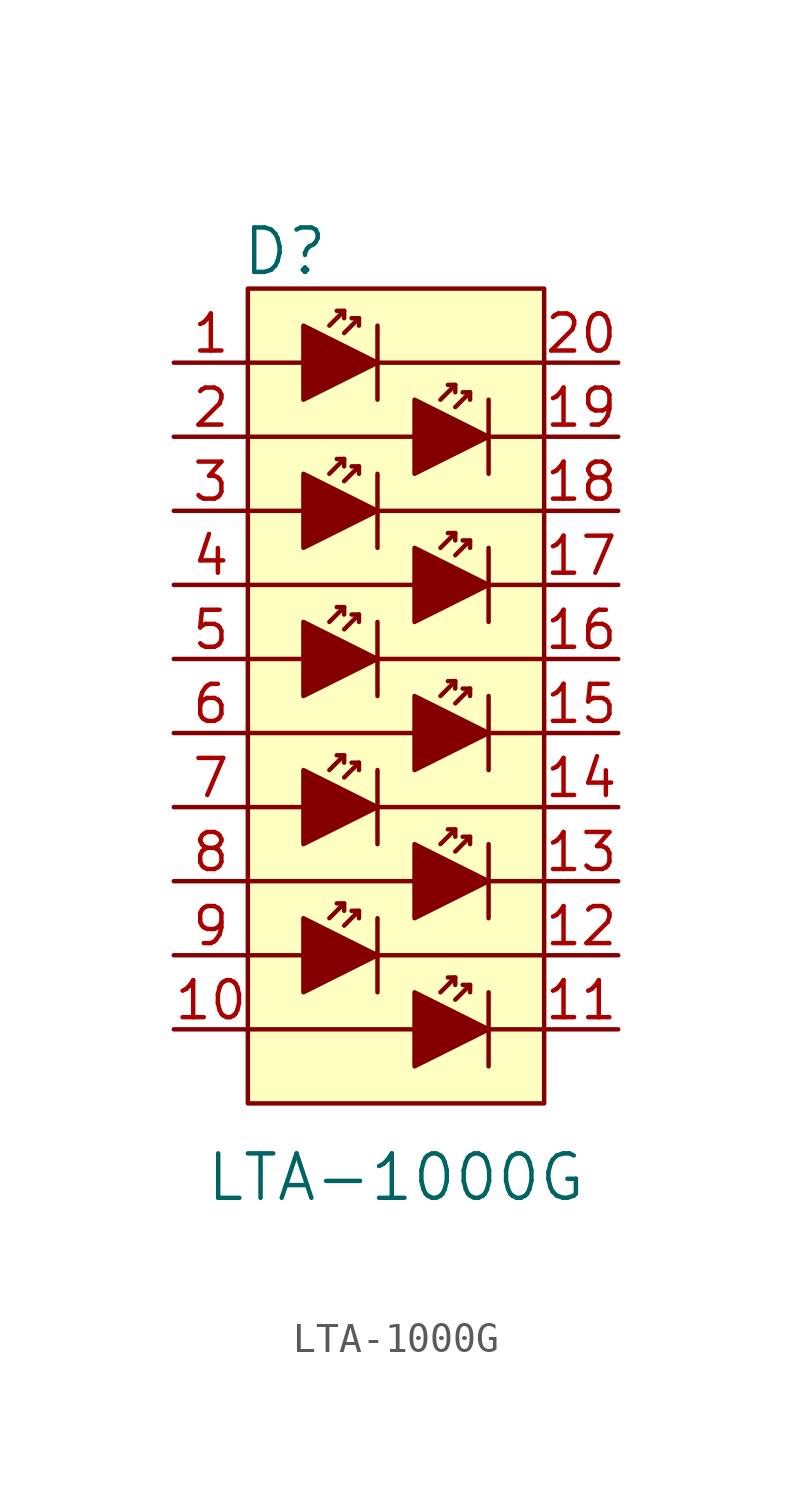
<source format=kicad_sym>
(kicad_symbol_lib
  (version 20231120)
  (generator "kicad_symbol_editor")
  (generator_version "8.0")
  (symbol "LTA-1000G"
    (pin_names
      (offset 0))
    (property "Reference" "D"
      (at -3.81 3.81 0)
      (effects (font (size 1.524 1.524))))
    (property "Value" "LTA-1000G"
      (at 0 -27.94 0)
      (effects (font (size 1.524 1.524))))
    (symbol "LTA-1000G_0_1"
      (rectangle (start -5.08 2.54) (end 5.08 -25.4) (stroke (width 0) (type default)) (fill (type background)))
      (polyline (pts (xy -5.08 -20.32) (xy -3.175 -20.32)) (stroke (width 0) (type default)) (fill (type none)))
      (polyline (pts (xy -5.08 -15.24) (xy -3.175 -15.24)) (stroke (width 0) (type default)) (fill (type none)))
      (polyline (pts (xy -5.08 -10.16) (xy -3.175 -10.16)) (stroke (width 0) (type default)) (fill (type none)))
      (polyline (pts (xy -5.08 -5.08) (xy -3.175 -5.08)) (stroke (width 0) (type default)) (fill (type none)))
      (polyline (pts (xy -3.175 0) (xy -5.08 0)) (stroke (width 0) (type default)) (fill (type none)))
      (polyline (pts (xy -1.778 -18.542) (xy -2.286 -19.05)) (stroke (width 0) (type default)) (fill (type none)))
      (polyline (pts (xy -1.778 -13.462) (xy -2.286 -13.97)) (stroke (width 0) (type default)) (fill (type none)))
      (polyline (pts (xy -1.778 -8.382) (xy -2.286 -8.89)) (stroke (width 0) (type default)) (fill (type none)))
      (polyline (pts (xy -1.778 -3.302) (xy -2.286 -3.81)) (stroke (width 0) (type default)) (fill (type none)))
      (polyline (pts (xy -1.778 1.778) (xy -2.286 1.27)) (stroke (width 0) (type default)) (fill (type none)))
      (polyline (pts (xy -1.27 -18.796) (xy -1.778 -19.304)) (stroke (width 0) (type default)) (fill (type none)))
      (polyline (pts (xy -1.27 -13.716) (xy -1.778 -14.224)) (stroke (width 0) (type default)) (fill (type none)))
      (polyline (pts (xy -1.27 -8.636) (xy -1.778 -9.144)) (stroke (width 0) (type default)) (fill (type none)))
      (polyline (pts (xy -1.27 -3.556) (xy -1.778 -4.064)) (stroke (width 0) (type default)) (fill (type none)))
      (polyline (pts (xy -1.27 1.524) (xy -1.778 1.016)) (stroke (width 0) (type default)) (fill (type none)))
      (polyline (pts (xy -0.635 -21.59) (xy -0.635 -19.05)) (stroke (width 0) (type default)) (fill (type none)))
      (polyline (pts (xy -0.635 -20.32) (xy 5.08 -20.32)) (stroke (width 0) (type default)) (fill (type none)))
      (polyline (pts (xy -0.635 -16.51) (xy -0.635 -13.97)) (stroke (width 0) (type default)) (fill (type none)))
      (polyline (pts (xy -0.635 -15.24) (xy 5.08 -15.24)) (stroke (width 0) (type default)) (fill (type none)))
      (polyline (pts (xy -0.635 -10.16) (xy 5.08 -10.16)) (stroke (width 0) (type default)) (fill (type none)))
      (polyline (pts (xy -0.635 -8.89) (xy -0.635 -11.43)) (stroke (width 0) (type default)) (fill (type none)))
      (polyline (pts (xy -0.635 -5.08) (xy 5.08 -5.08)) (stroke (width 0) (type default)) (fill (type none)))
      (polyline (pts (xy -0.635 -3.81) (xy -0.635 -6.35)) (stroke (width 0) (type default)) (fill (type none)))
      (polyline (pts (xy -0.635 0) (xy 5.08 0)) (stroke (width 0) (type default)) (fill (type none)))
      (polyline (pts (xy -0.635 1.27) (xy -0.635 -1.27)) (stroke (width 0) (type default)) (fill (type none)))
      (polyline (pts (xy 0.635 -22.86) (xy -5.08 -22.86)) (stroke (width 0) (type default)) (fill (type none)))
      (polyline (pts (xy 0.635 -17.78) (xy -5.08 -17.78)) (stroke (width 0) (type default)) (fill (type none)))
      (polyline (pts (xy 0.635 -12.7) (xy -5.08 -12.7)) (stroke (width 0) (type default)) (fill (type none)))
      (polyline (pts (xy 0.635 -7.62) (xy -5.08 -7.62)) (stroke (width 0) (type default)) (fill (type none)))
      (polyline (pts (xy 0.635 -2.54) (xy -5.08 -2.54)) (stroke (width 0) (type default)) (fill (type none)))
      (polyline (pts (xy 2.032 -21.082) (xy 1.524 -21.59)) (stroke (width 0) (type default)) (fill (type none)))
      (polyline (pts (xy 2.032 -16.002) (xy 1.524 -16.51)) (stroke (width 0) (type default)) (fill (type none)))
      (polyline (pts (xy 2.032 -10.922) (xy 1.524 -11.43)) (stroke (width 0) (type default)) (fill (type none)))
      (polyline (pts (xy 2.032 -5.842) (xy 1.524 -6.35)) (stroke (width 0) (type default)) (fill (type none)))
      (polyline (pts (xy 2.032 -0.762) (xy 1.524 -1.27)) (stroke (width 0) (type default)) (fill (type none)))
      (polyline (pts (xy 2.54 -21.336) (xy 2.032 -21.844)) (stroke (width 0) (type default)) (fill (type none)))
      (polyline (pts (xy 2.54 -16.256) (xy 2.032 -16.764)) (stroke (width 0) (type default)) (fill (type none)))
      (polyline (pts (xy 2.54 -11.176) (xy 2.032 -11.684)) (stroke (width 0) (type default)) (fill (type none)))
      (polyline (pts (xy 2.54 -6.096) (xy 2.032 -6.604)) (stroke (width 0) (type default)) (fill (type none)))
      (polyline (pts (xy 2.54 -1.016) (xy 2.032 -1.524)) (stroke (width 0) (type default)) (fill (type none)))
      (polyline (pts (xy 3.175 -22.86) (xy 5.08 -22.86)) (stroke (width 0) (type default)) (fill (type none)))
      (polyline (pts (xy 3.175 -21.59) (xy 3.175 -24.13)) (stroke (width 0) (type default)) (fill (type none)))
      (polyline (pts (xy 3.175 -17.78) (xy 5.08 -17.78)) (stroke (width 0) (type default)) (fill (type none)))
      (polyline (pts (xy 3.175 -16.51) (xy 3.175 -19.05)) (stroke (width 0) (type default)) (fill (type none)))
      (polyline (pts (xy 3.175 -12.7) (xy 5.08 -12.7)) (stroke (width 0) (type default)) (fill (type none)))
      (polyline (pts (xy 3.175 -11.43) (xy 3.175 -13.97)) (stroke (width 0) (type default)) (fill (type none)))
      (polyline (pts (xy 3.175 -7.62) (xy 5.08 -7.62)) (stroke (width 0) (type default)) (fill (type none)))
      (polyline (pts (xy 3.175 -6.35) (xy 3.175 -8.89)) (stroke (width 0) (type default)) (fill (type none)))
      (polyline (pts (xy 3.175 -2.54) (xy 5.08 -2.54)) (stroke (width 0) (type default)) (fill (type none)))
      (polyline (pts (xy 3.175 -1.27) (xy 3.175 -3.81)) (stroke (width 0) (type default)) (fill (type none)))
      (polyline (pts (xy -2.032 -18.542) (xy -1.778 -18.542) (xy -1.778 -18.796)) (stroke (width 0) (type default)) (fill (type none)))
      (polyline (pts (xy -2.032 -13.462) (xy -1.778 -13.462) (xy -1.778 -13.716)) (stroke (width 0) (type default)) (fill (type none)))
      (polyline (pts (xy -2.032 -8.382) (xy -1.778 -8.382) (xy -1.778 -8.636)) (stroke (width 0) (type default)) (fill (type none)))
      (polyline (pts (xy -2.032 -3.302) (xy -1.778 -3.302) (xy -1.778 -3.556)) (stroke (width 0) (type default)) (fill (type none)))
      (polyline (pts (xy -2.032 1.778) (xy -1.778 1.778) (xy -1.778 1.524)) (stroke (width 0) (type default)) (fill (type none)))
      (polyline (pts (xy -1.524 -18.796) (xy -1.27 -18.796) (xy -1.27 -19.05)) (stroke (width 0) (type default)) (fill (type none)))
      (polyline (pts (xy -1.524 -13.716) (xy -1.27 -13.716) (xy -1.27 -13.97)) (stroke (width 0) (type default)) (fill (type none)))
      (polyline (pts (xy -1.524 -8.636) (xy -1.27 -8.636) (xy -1.27 -8.89)) (stroke (width 0) (type default)) (fill (type none)))
      (polyline (pts (xy -1.524 -3.556) (xy -1.27 -3.556) (xy -1.27 -3.81)) (stroke (width 0) (type default)) (fill (type none)))
      (polyline (pts (xy -1.524 1.524) (xy -1.27 1.524) (xy -1.27 1.27)) (stroke (width 0) (type default)) (fill (type none)))
      (polyline (pts (xy 1.778 -21.082) (xy 2.032 -21.082) (xy 2.032 -21.336)) (stroke (width 0) (type default)) (fill (type none)))
      (polyline (pts (xy 1.778 -16.002) (xy 2.032 -16.002) (xy 2.032 -16.256)) (stroke (width 0) (type default)) (fill (type none)))
      (polyline (pts (xy 1.778 -10.922) (xy 2.032 -10.922) (xy 2.032 -11.176)) (stroke (width 0) (type default)) (fill (type none)))
      (polyline (pts (xy 1.778 -5.842) (xy 2.032 -5.842) (xy 2.032 -6.096)) (stroke (width 0) (type default)) (fill (type none)))
      (polyline (pts (xy 1.778 -0.762) (xy 2.032 -0.762) (xy 2.032 -1.016)) (stroke (width 0) (type default)) (fill (type none)))
      (polyline (pts (xy 2.286 -21.336) (xy 2.54 -21.336) (xy 2.54 -21.59)) (stroke (width 0) (type default)) (fill (type none)))
      (polyline (pts (xy 2.286 -16.256) (xy 2.54 -16.256) (xy 2.54 -16.51)) (stroke (width 0) (type default)) (fill (type none)))
      (polyline (pts (xy 2.286 -11.176) (xy 2.54 -11.176) (xy 2.54 -11.43)) (stroke (width 0) (type default)) (fill (type none)))
      (polyline (pts (xy 2.286 -6.096) (xy 2.54 -6.096) (xy 2.54 -6.35)) (stroke (width 0) (type default)) (fill (type none)))
      (polyline (pts (xy 2.286 -1.016) (xy 2.54 -1.016) (xy 2.54 -1.27)) (stroke (width 0) (type default)) (fill (type none)))
      (polyline (pts (xy -3.175 -19.05) (xy -3.175 -21.59) (xy -0.635 -20.32) (xy -3.175 -19.05)) (stroke (width 0) (type default)) (fill (type outline)))
      (polyline (pts (xy -3.175 -13.97) (xy -3.175 -16.51) (xy -0.635 -15.24) (xy -3.175 -13.97)) (stroke (width 0) (type default)) (fill (type outline)))
      (polyline (pts (xy -3.175 -8.89) (xy -3.175 -11.43) (xy -0.635 -10.16) (xy -3.175 -8.89)) (stroke (width 0) (type default)) (fill (type outline)))
      (polyline (pts (xy -3.175 -3.81) (xy -3.175 -6.35) (xy -0.635 -5.08) (xy -3.175 -3.81)) (stroke (width 0) (type default)) (fill (type outline)))
      (polyline (pts (xy -3.175 1.27) (xy -3.175 -1.27) (xy -0.635 0) (xy -3.175 1.27)) (stroke (width 0) (type default)) (fill (type outline)))
      (polyline (pts (xy 0.635 -21.59) (xy 0.635 -24.13) (xy 3.175 -22.86) (xy 0.635 -21.59)) (stroke (width 0) (type default)) (fill (type outline)))
      (polyline (pts (xy 0.635 -16.51) (xy 0.635 -19.05) (xy 3.175 -17.78) (xy 0.635 -16.51)) (stroke (width 0) (type default)) (fill (type outline)))
      (polyline (pts (xy 0.635 -11.43) (xy 0.635 -13.97) (xy 3.175 -12.7) (xy 0.635 -11.43)) (stroke (width 0) (type default)) (fill (type outline)))
      (polyline (pts (xy 0.635 -6.35) (xy 0.635 -8.89) (xy 3.175 -7.62) (xy 0.635 -6.35)) (stroke (width 0) (type default)) (fill (type outline)))
      (polyline (pts (xy 0.635 -1.27) (xy 0.635 -3.81) (xy 3.175 -2.54) (xy 0.635 -1.27)) (stroke (width 0) (type default)) (fill (type outline))))
    (symbol "LTA-1000G_1_1"
      (pin input line (at -7.62 0 0) (length 2.54) (name "~" (effects (font (size 1.27 1.27)))) (number "1" (effects (font (size 1.27 1.27)))))
      (pin input line (at -7.62 -22.86 0) (length 2.54) (name "~" (effects (font (size 1.27 1.27)))) (number "10" (effects (font (size 1.27 1.27)))))
      (pin output line (at 7.62 -22.86 180) (length 2.54) (name "~" (effects (font (size 1.27 1.27)))) (number "11" (effects (font (size 1.27 1.27)))))
      (pin output line (at 7.62 -20.32 180) (length 2.54) (name "~" (effects (font (size 1.27 1.27)))) (number "12" (effects (font (size 1.27 1.27)))))
      (pin output line (at 7.62 -17.78 180) (length 2.54) (name "~" (effects (font (size 1.27 1.27)))) (number "13" (effects (font (size 1.27 1.27)))))
      (pin output line (at 7.62 -15.24 180) (length 2.54) (name "~" (effects (font (size 1.27 1.27)))) (number "14" (effects (font (size 1.27 1.27)))))
      (pin output line (at 7.62 -12.7 180) (length 2.54) (name "~" (effects (font (size 1.27 1.27)))) (number "15" (effects (font (size 1.27 1.27)))))
      (pin output line (at 7.62 -10.16 180) (length 2.54) (name "~" (effects (font (size 1.27 1.27)))) (number "16" (effects (font (size 1.27 1.27)))))
      (pin output line (at 7.62 -7.62 180) (length 2.54) (name "~" (effects (font (size 1.27 1.27)))) (number "17" (effects (font (size 1.27 1.27)))))
      (pin output line (at 7.62 -5.08 180) (length 2.54) (name "~" (effects (font (size 1.27 1.27)))) (number "18" (effects (font (size 1.27 1.27)))))
      (pin output line (at 7.62 -2.54 180) (length 2.54) (name "~" (effects (font (size 1.27 1.27)))) (number "19" (effects (font (size 1.27 1.27)))))
      (pin input line (at -7.62 -2.54 0) (length 2.54) (name "~" (effects (font (size 1.27 1.27)))) (number "2" (effects (font (size 1.27 1.27)))))
      (pin output line (at 7.62 0 180) (length 2.54) (name "~" (effects (font (size 1.27 1.27)))) (number "20" (effects (font (size 1.27 1.27)))))
      (pin input line (at -7.62 -5.08 0) (length 2.54) (name "~" (effects (font (size 1.27 1.27)))) (number "3" (effects (font (size 1.27 1.27)))))
      (pin input line (at -7.62 -7.62 0) (length 2.54) (name "~" (effects (font (size 1.27 1.27)))) (number "4" (effects (font (size 1.27 1.27)))))
      (pin input line (at -7.62 -10.16 0) (length 2.54) (name "~" (effects (font (size 1.27 1.27)))) (number "5" (effects (font (size 1.27 1.27)))))
      (pin input line (at -7.62 -12.7 0) (length 2.54) (name "~" (effects (font (size 1.27 1.27)))) (number "6" (effects (font (size 1.27 1.27)))))
      (pin input line (at -7.62 -15.24 0) (length 2.54) (name "~" (effects (font (size 1.27 1.27)))) (number "7" (effects (font (size 1.27 1.27)))))
      (pin input line (at -7.62 -17.78 0) (length 2.54) (name "~" (effects (font (size 1.27 1.27)))) (number "8" (effects (font (size 1.27 1.27)))))
      (pin input line (at -7.62 -20.32 0) (length 2.54) (name "~" (effects (font (size 1.27 1.27)))) (number "9" (effects (font (size 1.27 1.27))))))))
</source>
